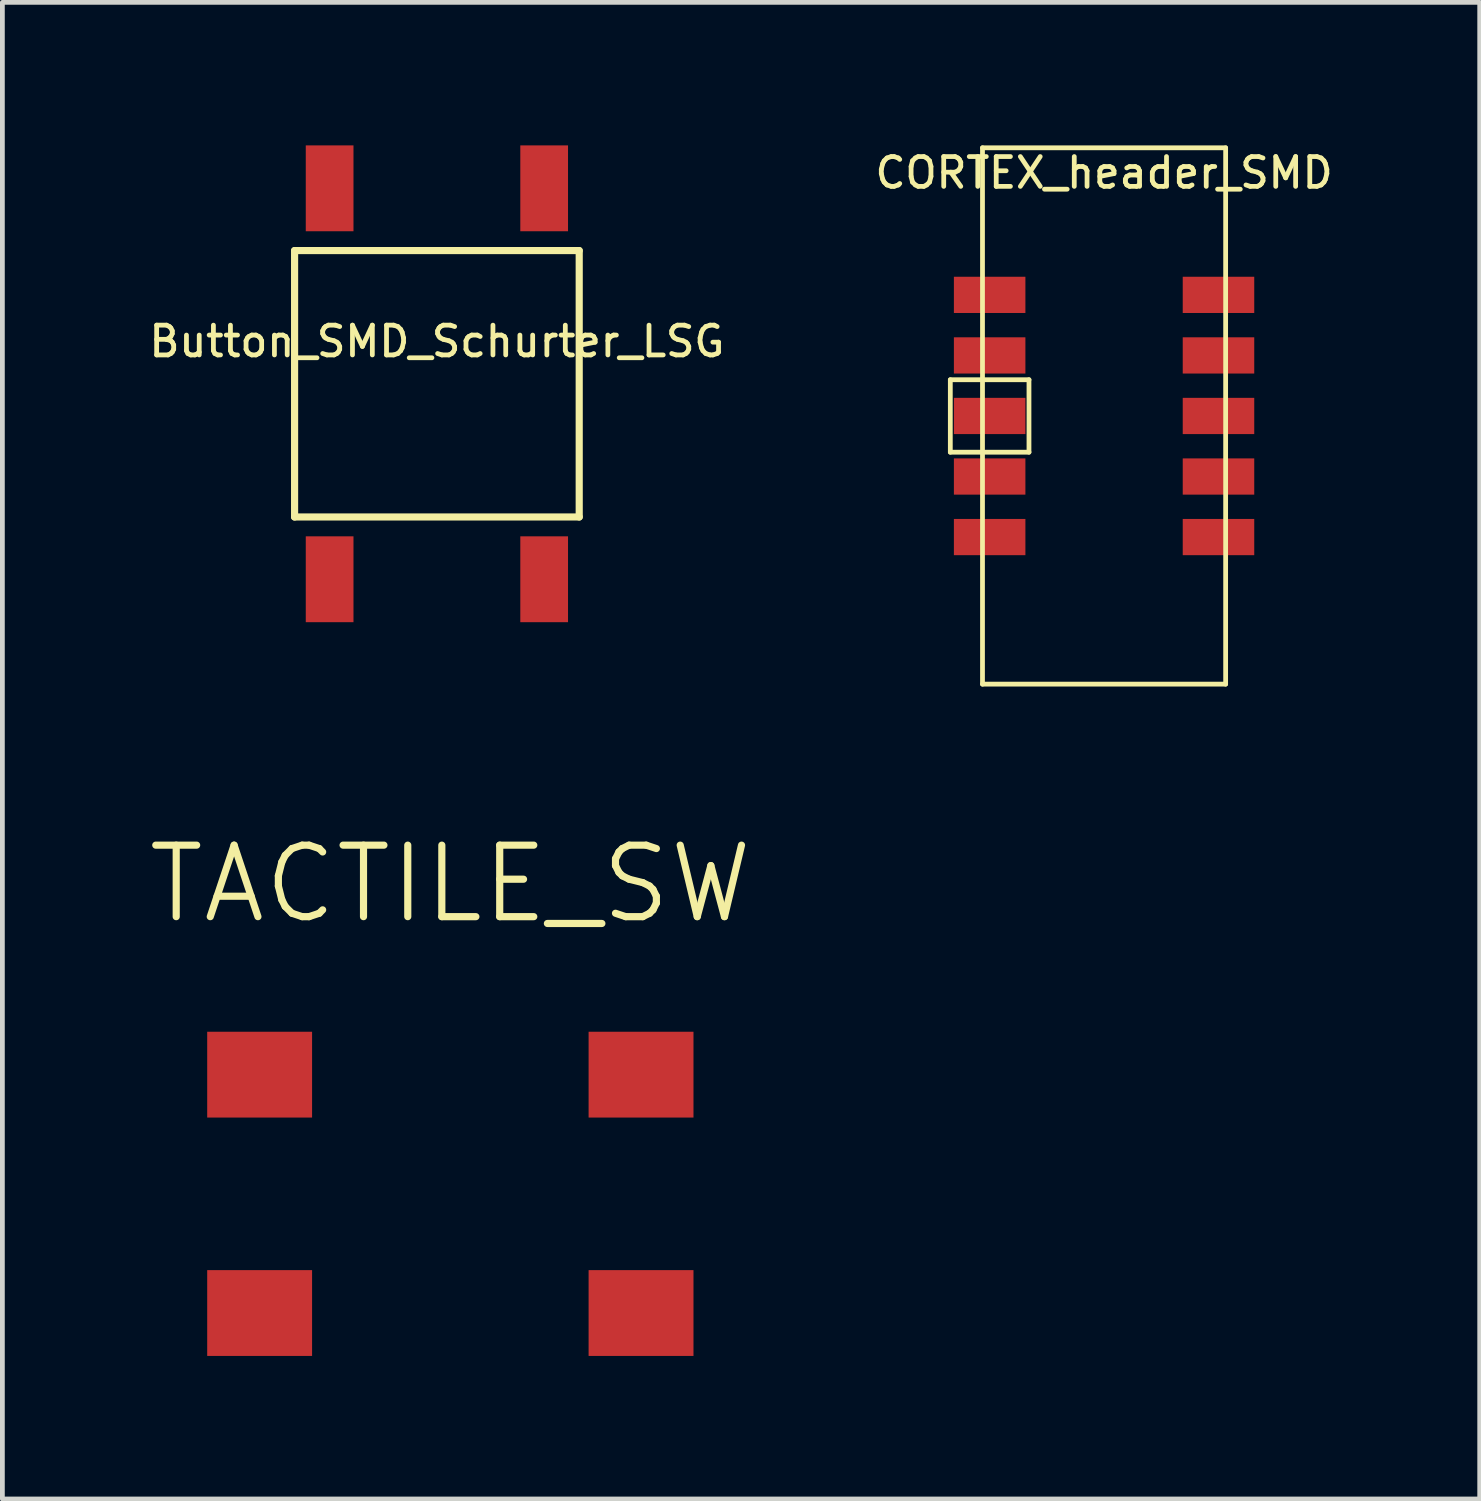
<source format=kicad_pcb>
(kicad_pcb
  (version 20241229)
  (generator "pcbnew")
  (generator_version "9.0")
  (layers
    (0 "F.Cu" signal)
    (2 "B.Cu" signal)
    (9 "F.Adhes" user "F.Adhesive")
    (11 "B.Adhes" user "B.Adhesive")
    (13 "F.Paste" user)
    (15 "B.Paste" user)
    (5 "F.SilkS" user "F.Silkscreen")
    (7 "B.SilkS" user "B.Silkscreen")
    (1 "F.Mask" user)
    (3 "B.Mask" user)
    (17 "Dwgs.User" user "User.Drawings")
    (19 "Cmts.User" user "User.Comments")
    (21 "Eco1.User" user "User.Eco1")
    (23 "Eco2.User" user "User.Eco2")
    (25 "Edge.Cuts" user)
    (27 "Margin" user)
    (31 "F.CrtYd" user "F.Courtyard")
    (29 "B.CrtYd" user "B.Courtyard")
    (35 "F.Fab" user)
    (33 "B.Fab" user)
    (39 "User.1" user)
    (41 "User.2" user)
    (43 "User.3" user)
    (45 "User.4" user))
  (footprint "CORTEX_header_SMD"
    (layer "F.Cu")
    (at 20.108 5.675)
    (property "Reference" "CORTEX_header_SMD" (at 0 -5.1 0) (layer "F.SilkS") (effects (font (size 0.625 0.625) (thickness 0.1))))
    (attr through_hole)
    (fp_line (start -3.225 -0.76) (end -3.225 0.76) (stroke (width 0.1) (type solid)) (layer "F.SilkS"))
    (fp_line (start -3.225 0.76) (end -1.575 0.76) (stroke (width 0.1) (type solid)) (layer "F.SilkS"))
    (fp_line (start -2.55 -5.625) (end -2.55 5.625) (stroke (width 0.1) (type solid)) (layer "F.SilkS"))
    (fp_line (start -2.55 5.625) (end 2.55 5.625) (stroke (width 0.1) (type solid)) (layer "F.SilkS"))
    (fp_line (start -1.575 -0.76) (end -3.225 -0.76) (stroke (width 0.1) (type solid)) (layer "F.SilkS"))
    (fp_line (start -1.575 0.76) (end -1.575 -0.76) (stroke (width 0.1) (type solid)) (layer "F.SilkS"))
    (fp_line (start 2.55 -5.625) (end -2.55 -5.625) (stroke (width 0.1) (type solid)) (layer "F.SilkS"))
    (fp_line (start 2.55 5.625) (end 2.55 -5.625) (stroke (width 0.1) (type solid)) (layer "F.SilkS"))
    (pad "1" smd rect (at -2.4 -2.54 180) (size 1.5 0.76) (layers "F.Cu" "F.Mask" "F.Paste"))
    (pad "2" smd rect (at 2.4 -2.54) (size 1.5 0.76) (layers "F.Cu" "F.Mask" "F.Paste"))
    (pad "3" smd rect (at -2.4 -1.27 180) (size 1.5 0.76) (layers "F.Cu" "F.Mask" "F.Paste"))
    (pad "4" smd rect (at 2.4 -1.27) (size 1.5 0.76) (layers "F.Cu" "F.Mask" "F.Paste"))
    (pad "5" smd rect (at -2.4 0 180) (size 1.5 0.76) (layers "F.Cu" "F.Mask" "F.Paste"))
    (pad "6" smd rect (at 2.4 0) (size 1.5 0.76) (layers "F.Cu" "F.Mask" "F.Paste"))
    (pad "7" smd rect (at -2.4 1.27 180) (size 1.5 0.76) (layers "F.Cu" "F.Mask" "F.Paste"))
    (pad "8" smd rect (at 2.4 1.27) (size 1.5 0.76) (layers "F.Cu" "F.Mask" "F.Paste"))
    (pad "9" smd rect (at -2.4 2.54 180) (size 1.5 0.76) (layers "F.Cu" "F.Mask" "F.Paste"))
    (pad "10" smd rect (at 2.4 2.54) (size 1.5 0.76) (layers "F.Cu" "F.Mask" "F.Paste")))
  (footprint "Button_SMD_Schurter_LSG"
    (layer "F.Cu")
    (at 6.114 5)
    (property "Reference" "Button_SMD_Schurter_LSG" (at 0 -0.889 0) (layer "F.SilkS") (effects (font (size 0.625 0.625) (thickness 0.1))))
    (attr through_hole)
    (fp_line (start -2.985 -2.794) (end 2.985 -2.794) (stroke (width 0.15) (type solid)) (layer "F.SilkS"))
    (fp_line (start -2.985 2.794) (end -2.985 -2.794) (stroke (width 0.15) (type solid)) (layer "F.SilkS"))
    (fp_line (start 2.985 -2.794) (end 2.985 2.794) (stroke (width 0.15) (type solid)) (layer "F.SilkS"))
    (fp_line (start 2.985 2.794) (end -2.985 2.794) (stroke (width 0.15) (type solid)) (layer "F.SilkS"))
    (pad "1" smd rect (at -2.25 -4.1 180) (size 1.001 1.801) (layers "F.Cu" "F.Mask" "F.Paste"))
    (pad "1" smd rect (at -2.25 4.1 180) (size 1.001 1.801) (layers "F.Cu" "F.Mask" "F.Paste"))
    (pad "2" smd rect (at 2.25 -4.1) (size 1.001 1.801) (layers "F.Cu" "F.Mask" "F.Paste"))
    (pad "2" smd rect (at 2.25 4.1) (size 1.001 1.801) (layers "F.Cu" "F.Mask" "F.Paste")))
  (footprint "TACTILE_SW"
    (layer "F.Cu")
    (at 6.396 22.491)
    (property "Reference" "TACTILE_SW" (at 0 -7 0) (layer "F.SilkS") (effects (font (size 1.5 1.5) (thickness 0.15))))
    (attr through_hole)
    (pad "1" smd rect (at -4 -3) (size 2.2 1.8) (layers "F.Cu" "F.Mask" "F.Paste"))
    (pad "2" smd rect (at 4 -3) (size 2.2 1.8) (layers "F.Cu" "F.Mask" "F.Paste"))
    (pad "3" smd rect (at -4 2) (size 2.2 1.8) (layers "F.Cu" "F.Mask" "F.Paste"))
    (pad "4" smd rect (at 4 2) (size 2.2 1.8) (layers "F.Cu" "F.Mask" "F.Paste")))
  (gr_rect
    (start -3 -3)
    (end 27.987 28.391)
    (stroke (width 0.1) (type default))
    (fill no)
    (layer "Edge.Cuts")))
</source>
